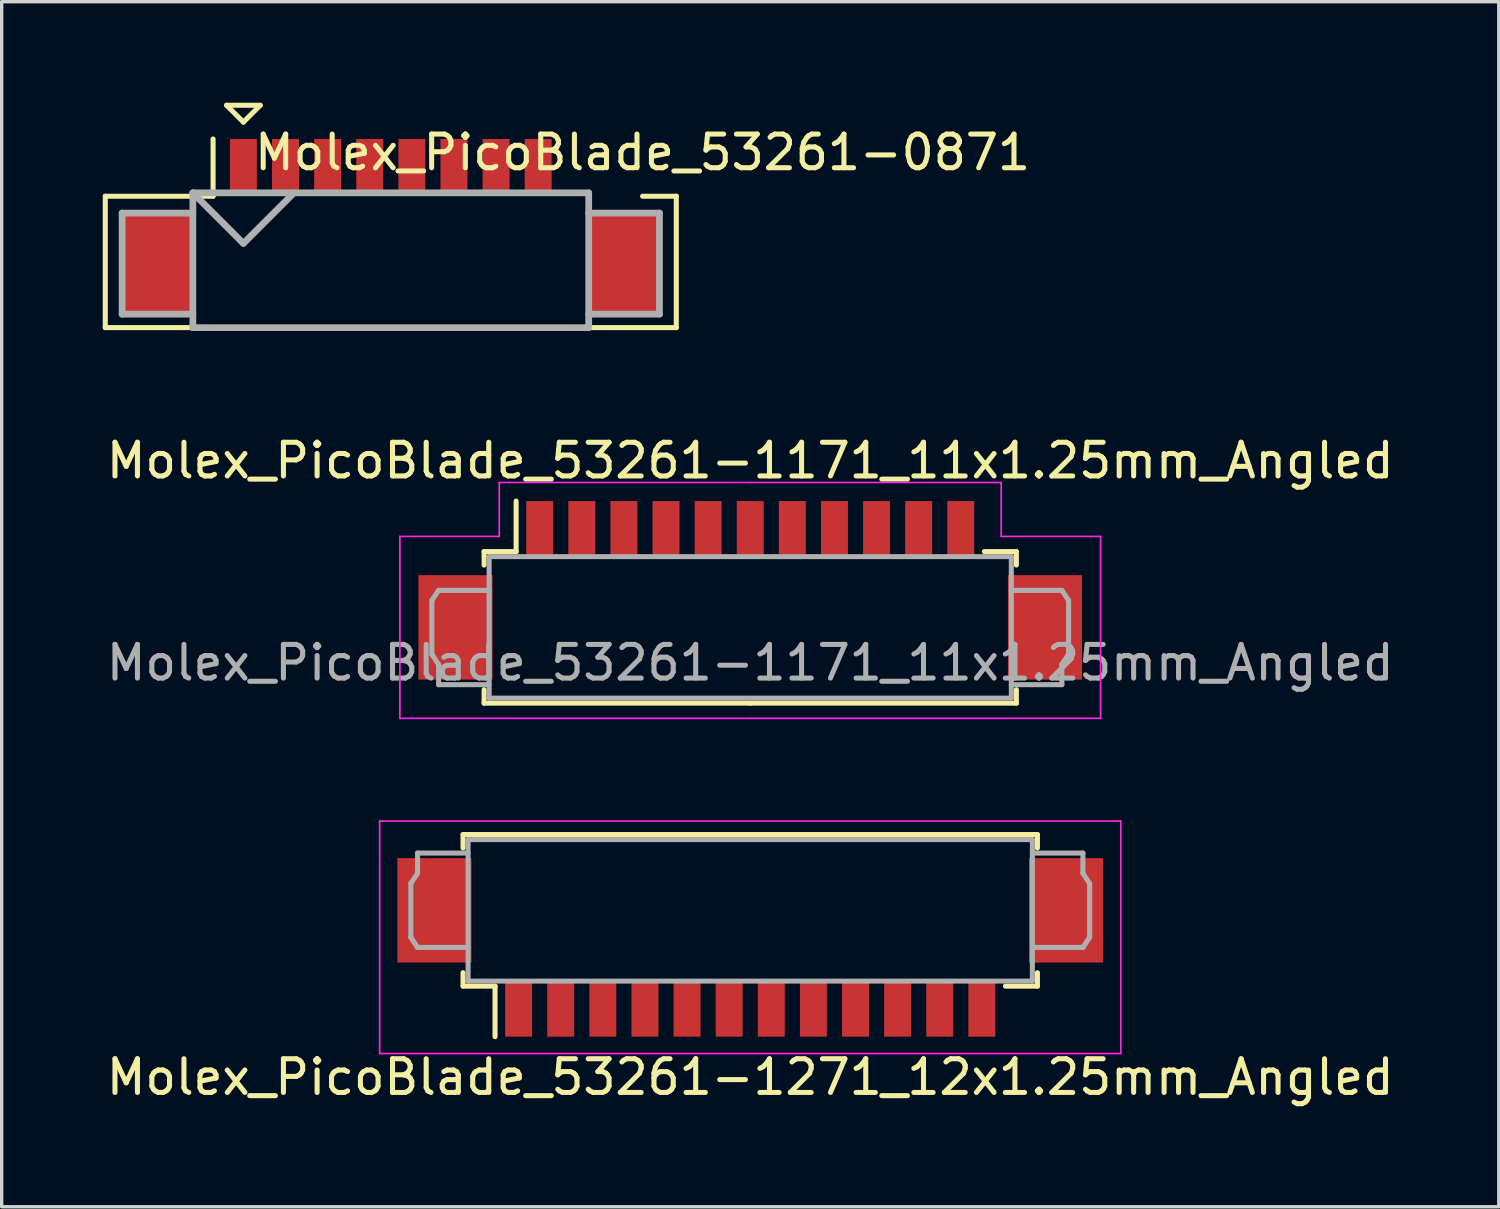
<source format=kicad_pcb>
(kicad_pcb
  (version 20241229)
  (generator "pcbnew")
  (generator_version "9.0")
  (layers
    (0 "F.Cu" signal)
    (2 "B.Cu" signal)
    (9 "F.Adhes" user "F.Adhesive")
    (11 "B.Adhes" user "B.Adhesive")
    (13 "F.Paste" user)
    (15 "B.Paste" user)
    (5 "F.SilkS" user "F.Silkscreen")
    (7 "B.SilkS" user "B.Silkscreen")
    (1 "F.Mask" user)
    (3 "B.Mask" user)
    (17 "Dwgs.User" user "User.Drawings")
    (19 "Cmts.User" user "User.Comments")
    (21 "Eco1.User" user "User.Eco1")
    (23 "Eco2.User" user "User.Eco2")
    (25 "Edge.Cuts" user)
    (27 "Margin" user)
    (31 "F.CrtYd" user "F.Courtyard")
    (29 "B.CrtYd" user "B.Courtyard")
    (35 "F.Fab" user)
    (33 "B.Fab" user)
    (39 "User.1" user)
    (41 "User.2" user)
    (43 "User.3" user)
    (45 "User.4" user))
  (footprint "Molex_PicoBlade_53261-1171_11x1.25mm_Angled"
    (layer "F.Cu")
    (at 19.22 14.123)
    (property "Reference" "Molex_PicoBlade_53261-1171_11x1.25mm_Angled" (at 0 -3.5 0) (layer "F.SilkS") (effects (font (size 1 1) (thickness 0.15))))
    (attr smd)
    (fp_line (start -7.9 -0.8) (end -7.9 -0.4) (stroke (width 0.15) (type solid)) (layer "F.SilkS"))
    (fp_line (start -7.9 3.3) (end -7.9 3.7) (stroke (width 0.15) (type solid)) (layer "F.SilkS"))
    (fp_line (start -7.9 3.7) (end 0 3.7) (stroke (width 0.15) (type solid)) (layer "F.SilkS"))
    (fp_line (start -6.95 -0.8) (end -7.9 -0.8) (stroke (width 0.15) (type solid)) (layer "F.SilkS"))
    (fp_line (start -6.95 -0.8) (end -6.95 -2.3) (stroke (width 0.15) (type solid)) (layer "F.SilkS"))
    (fp_line (start 6.95 -0.8) (end 7.9 -0.8) (stroke (width 0.15) (type solid)) (layer "F.SilkS"))
    (fp_line (start 7.9 -0.8) (end 7.9 -0.4) (stroke (width 0.15) (type solid)) (layer "F.SilkS"))
    (fp_line (start 7.9 3.3) (end 7.9 3.7) (stroke (width 0.15) (type solid)) (layer "F.SilkS"))
    (fp_line (start 7.9 3.7) (end 0 3.7) (stroke (width 0.15) (type solid)) (layer "F.SilkS"))
    (fp_line (start -10.4 -1.25) (end -10.4 4.15) (stroke (width 0.05) (type solid)) (layer "F.CrtYd"))
    (fp_line (start -10.4 4.15) (end 0 4.15) (stroke (width 0.05) (type solid)) (layer "F.CrtYd"))
    (fp_line (start -7.45 -2.85) (end -7.45 -1.25) (stroke (width 0.05) (type solid)) (layer "F.CrtYd"))
    (fp_line (start -7.45 -1.25) (end -10.4 -1.25) (stroke (width 0.05) (type solid)) (layer "F.CrtYd"))
    (fp_line (start 0 -2.85) (end -7.45 -2.85) (stroke (width 0.05) (type solid)) (layer "F.CrtYd"))
    (fp_line (start 0 -2.85) (end 7.45 -2.85) (stroke (width 0.05) (type solid)) (layer "F.CrtYd"))
    (fp_line (start 7.45 -2.85) (end 7.45 -1.25) (stroke (width 0.05) (type solid)) (layer "F.CrtYd"))
    (fp_line (start 7.45 -1.25) (end 10.4 -1.25) (stroke (width 0.05) (type solid)) (layer "F.CrtYd"))
    (fp_line (start 10.4 -1.25) (end 10.4 4.15) (stroke (width 0.05) (type solid)) (layer "F.CrtYd"))
    (fp_line (start 10.4 4.15) (end 0 4.15) (stroke (width 0.05) (type solid)) (layer "F.CrtYd"))
    (fp_line (start -9.45 0.65) (end -9.45 2.25) (stroke (width 0.15) (type solid)) (layer "F.Fab"))
    (fp_line (start -9.45 2.25) (end -9.25 2.55) (stroke (width 0.15) (type solid)) (layer "F.Fab"))
    (fp_line (start -9.25 0.35) (end -9.45 0.65) (stroke (width 0.15) (type solid)) (layer "F.Fab"))
    (fp_line (start -9.25 2.55) (end -9.25 3.15) (stroke (width 0.15) (type solid)) (layer "F.Fab"))
    (fp_line (start -9.25 3.15) (end -7.75 3.15) (stroke (width 0.15) (type solid)) (layer "F.Fab"))
    (fp_line (start -7.75 -0.65) (end 7.75 -0.65) (stroke (width 0.15) (type solid)) (layer "F.Fab"))
    (fp_line (start -7.75 0.35) (end -9.25 0.35) (stroke (width 0.15) (type solid)) (layer "F.Fab"))
    (fp_line (start -7.75 3.55) (end -7.75 -0.65) (stroke (width 0.15) (type solid)) (layer "F.Fab"))
    (fp_line (start 7.75 -0.65) (end 7.75 3.55) (stroke (width 0.15) (type solid)) (layer "F.Fab"))
    (fp_line (start 7.75 0.35) (end 9.25 0.35) (stroke (width 0.15) (type solid)) (layer "F.Fab"))
    (fp_line (start 7.75 3.55) (end -7.75 3.55) (stroke (width 0.15) (type solid)) (layer "F.Fab"))
    (fp_line (start 9.25 0.35) (end 9.45 0.65) (stroke (width 0.15) (type solid)) (layer "F.Fab"))
    (fp_line (start 9.25 2.55) (end 9.25 3.15) (stroke (width 0.15) (type solid)) (layer "F.Fab"))
    (fp_line (start 9.25 3.15) (end 7.75 3.15) (stroke (width 0.15) (type solid)) (layer "F.Fab"))
    (fp_line (start 9.45 0.65) (end 9.45 2.25) (stroke (width 0.15) (type solid)) (layer "F.Fab"))
    (fp_line (start 9.45 2.25) (end 9.25 2.55) (stroke (width 0.15) (type solid)) (layer "F.Fab"))
    (fp_text user "${REFERENCE}" (at 0 2.5 0) (layer "F.Fab") (effects (font (size 1 1) (thickness 0.15))))
    (pad "" smd rect (at -8.75 1.45) (size 2.2 3.1) (layers "F.Cu" "F.Mask" "F.Paste"))
    (pad "" smd rect (at 8.75 1.45) (size 2.2 3.1) (layers "F.Cu" "F.Mask" "F.Paste"))
    (pad "1" smd rect (at -6.25 -1.45) (size 0.8 1.7) (layers "F.Cu" "F.Mask" "F.Paste"))
    (pad "2" smd rect (at -5 -1.45) (size 0.8 1.7) (layers "F.Cu" "F.Mask" "F.Paste"))
    (pad "3" smd rect (at -3.75 -1.45) (size 0.8 1.7) (layers "F.Cu" "F.Mask" "F.Paste"))
    (pad "4" smd rect (at -2.5 -1.45) (size 0.8 1.7) (layers "F.Cu" "F.Mask" "F.Paste"))
    (pad "5" smd rect (at -1.25 -1.45) (size 0.8 1.7) (layers "F.Cu" "F.Mask" "F.Paste"))
    (pad "6" smd rect (at 0 -1.45) (size 0.8 1.7) (layers "F.Cu" "F.Mask" "F.Paste"))
    (pad "7" smd rect (at 1.25 -1.45) (size 0.8 1.7) (layers "F.Cu" "F.Mask" "F.Paste"))
    (pad "8" smd rect (at 2.5 -1.45) (size 0.8 1.7) (layers "F.Cu" "F.Mask" "F.Paste"))
    (pad "9" smd rect (at 3.75 -1.45) (size 0.8 1.7) (layers "F.Cu" "F.Mask" "F.Paste"))
    (pad "10" smd rect (at 5 -1.45) (size 0.8 1.7) (layers "F.Cu" "F.Mask" "F.Paste"))
    (pad "11" smd rect (at 6.25 -1.45) (size 0.8 1.7) (layers "F.Cu" "F.Mask" "F.Paste")))
  (footprint "Molex_PicoBlade_53261-0871"
    (layer "F.Cu")
    (at 8.55 4.775)
    (property "Reference" "Molex_PicoBlade_53261-0871" (at 7.475 -3.3 0) (layer "F.SilkS") (effects (font (size 1 1) (thickness 0.15))))
    (attr through_hole)
    (fp_line (start -8.475 -2) (end -8.475 1.9) (stroke (width 0.15) (type solid)) (layer "F.SilkS"))
    (fp_line (start -8.475 1.9) (end 8.475 1.9) (stroke (width 0.15) (type solid)) (layer "F.SilkS"))
    (fp_line (start -5.275 -3.7) (end -5.275 -2) (stroke (width 0.15) (type solid)) (layer "F.SilkS"))
    (fp_line (start -5.275 -2) (end -8.475 -2) (stroke (width 0.15) (type solid)) (layer "F.SilkS"))
    (fp_line (start -4.875 -4.7) (end -3.875 -4.7) (stroke (width 0.15) (type solid)) (layer "F.SilkS"))
    (fp_line (start -4.375 -4.2) (end -4.875 -4.7) (stroke (width 0.15) (type solid)) (layer "F.SilkS"))
    (fp_line (start -3.875 -4.7) (end -4.375 -4.2) (stroke (width 0.15) (type solid)) (layer "F.SilkS"))
    (fp_line (start 8.475 -2) (end 7.475 -2) (stroke (width 0.15) (type solid)) (layer "F.SilkS"))
    (fp_line (start 8.475 1.9) (end 8.475 -2) (stroke (width 0.15) (type solid)) (layer "F.SilkS"))
    (fp_line (start -7.975 -1.5) (end -7.975 1.5) (stroke (width 0.2) (type solid)) (layer "F.Fab"))
    (fp_line (start -7.975 1.5) (end -5.875 1.5) (stroke (width 0.2) (type solid)) (layer "F.Fab"))
    (fp_line (start -5.875 -2.1) (end -5.875 1.9) (stroke (width 0.2) (type solid)) (layer "F.Fab"))
    (fp_line (start -5.875 -2.1) (end -4.375 -0.6) (stroke (width 0.2) (type solid)) (layer "F.Fab"))
    (fp_line (start -5.875 -1.5) (end -7.975 -1.5) (stroke (width 0.2) (type solid)) (layer "F.Fab"))
    (fp_line (start -5.875 1.9) (end 5.875 1.9) (stroke (width 0.2) (type solid)) (layer "F.Fab"))
    (fp_line (start -4.375 -0.6) (end -2.875 -2.1) (stroke (width 0.2) (type solid)) (layer "F.Fab"))
    (fp_line (start 5.875 -2.1) (end -5.875 -2.1) (stroke (width 0.2) (type solid)) (layer "F.Fab"))
    (fp_line (start 5.875 -1.5) (end 7.975 -1.5) (stroke (width 0.2) (type solid)) (layer "F.Fab"))
    (fp_line (start 5.875 1.9) (end 5.875 -2.1) (stroke (width 0.2) (type solid)) (layer "F.Fab"))
    (fp_line (start 7.975 -1.5) (end 7.975 1.5) (stroke (width 0.2) (type solid)) (layer "F.Fab"))
    (fp_line (start 7.975 1.5) (end 5.875 1.5) (stroke (width 0.2) (type solid)) (layer "F.Fab"))
    (pad "" smd rect (at -6.925 0) (size 2.1 3) (layers "F.Cu" "F.Mask" "F.Paste"))
    (pad "" smd rect (at 6.925 0) (size 2.1 3) (layers "F.Cu" "F.Mask" "F.Paste"))
    (pad "1" smd rect (at -4.375 -2.9) (size 0.8 1.6) (layers "F.Cu" "F.Mask" "F.Paste"))
    (pad "2" smd rect (at -3.125 -2.9) (size 0.8 1.6) (layers "F.Cu" "F.Mask" "F.Paste"))
    (pad "3" smd rect (at -1.875 -2.9) (size 0.8 1.6) (layers "F.Cu" "F.Mask" "F.Paste"))
    (pad "4" smd rect (at -0.625 -2.9) (size 0.8 1.6) (layers "F.Cu" "F.Mask" "F.Paste"))
    (pad "5" smd rect (at 0.625 -2.9) (size 0.8 1.6) (layers "F.Cu" "F.Mask" "F.Paste"))
    (pad "6" smd rect (at 1.875 -2.9) (size 0.8 1.6) (layers "F.Cu" "F.Mask" "F.Paste"))
    (pad "7" smd rect (at 3.125 -2.9) (size 0.8 1.6) (layers "F.Cu" "F.Mask" "F.Paste"))
    (pad "8" smd rect (at 4.375 -2.9) (size 0.8 1.6) (layers "F.Cu" "F.Mask" "F.Paste")))
  (footprint "Molex_PicoBlade_53261-1271_12x1.25mm_Angled"
    (layer "F.Cu")
    (at 19.22 25.423)
    (property "Reference" "Molex_PicoBlade_53261-1271_12x1.25mm_Angled" (at 0 3.5 0) (layer "F.SilkS") (effects (font (size 1 1) (thickness 0.15))))
    (attr smd)
    (fp_line (start -8.525 -3.7) (end 0 -3.7) (stroke (width 0.15) (type solid)) (layer "F.SilkS"))
    (fp_line (start -8.525 -3.3) (end -8.525 -3.7) (stroke (width 0.15) (type solid)) (layer "F.SilkS"))
    (fp_line (start -8.525 0.8) (end -8.525 0.4) (stroke (width 0.15) (type solid)) (layer "F.SilkS"))
    (fp_line (start -7.575 0.8) (end -8.525 0.8) (stroke (width 0.15) (type solid)) (layer "F.SilkS"))
    (fp_line (start -7.575 0.8) (end -7.575 2.3) (stroke (width 0.15) (type solid)) (layer "F.SilkS"))
    (fp_line (start 7.575 0.8) (end 8.525 0.8) (stroke (width 0.15) (type solid)) (layer "F.SilkS"))
    (fp_line (start 8.525 -3.7) (end 0 -3.7) (stroke (width 0.15) (type solid)) (layer "F.SilkS"))
    (fp_line (start 8.525 -3.3) (end 8.525 -3.7) (stroke (width 0.15) (type solid)) (layer "F.SilkS"))
    (fp_line (start 8.525 0.8) (end 8.525 0.4) (stroke (width 0.15) (type solid)) (layer "F.SilkS"))
    (fp_line (start -11 -4.1) (end -11 2.8) (stroke (width 0.05) (type solid)) (layer "F.CrtYd"))
    (fp_line (start -11 2.8) (end 11 2.8) (stroke (width 0.05) (type solid)) (layer "F.CrtYd"))
    (fp_line (start 11 -4.1) (end -11 -4.1) (stroke (width 0.05) (type solid)) (layer "F.CrtYd"))
    (fp_line (start 11 2.8) (end 11 -4.1) (stroke (width 0.05) (type solid)) (layer "F.CrtYd"))
    (fp_line (start -10.075 -2.25) (end -9.875 -2.55) (stroke (width 0.15) (type solid)) (layer "F.Fab"))
    (fp_line (start -10.075 -0.65) (end -10.075 -2.25) (stroke (width 0.15) (type solid)) (layer "F.Fab"))
    (fp_line (start -9.875 -3.15) (end -8.375 -3.15) (stroke (width 0.15) (type solid)) (layer "F.Fab"))
    (fp_line (start -9.875 -2.55) (end -9.875 -3.15) (stroke (width 0.15) (type solid)) (layer "F.Fab"))
    (fp_line (start -9.875 -0.35) (end -10.075 -0.65) (stroke (width 0.15) (type solid)) (layer "F.Fab"))
    (fp_line (start -8.375 -3.55) (end -8.375 0.65) (stroke (width 0.15) (type solid)) (layer "F.Fab"))
    (fp_line (start -8.375 -0.35) (end -9.875 -0.35) (stroke (width 0.15) (type solid)) (layer "F.Fab"))
    (fp_line (start -8.375 0.65) (end 8.375 0.65) (stroke (width 0.15) (type solid)) (layer "F.Fab"))
    (fp_line (start 8.375 -3.55) (end -8.375 -3.55) (stroke (width 0.15) (type solid)) (layer "F.Fab"))
    (fp_line (start 8.375 -0.35) (end 9.875 -0.35) (stroke (width 0.15) (type solid)) (layer "F.Fab"))
    (fp_line (start 8.375 0.65) (end 8.375 -3.55) (stroke (width 0.15) (type solid)) (layer "F.Fab"))
    (fp_line (start 9.875 -3.15) (end 8.375 -3.15) (stroke (width 0.15) (type solid)) (layer "F.Fab"))
    (fp_line (start 9.875 -2.55) (end 9.875 -3.15) (stroke (width 0.15) (type solid)) (layer "F.Fab"))
    (fp_line (start 9.875 -0.35) (end 10.075 -0.65) (stroke (width 0.15) (type solid)) (layer "F.Fab"))
    (fp_line (start 10.075 -2.25) (end 9.875 -2.55) (stroke (width 0.15) (type solid)) (layer "F.Fab"))
    (fp_line (start 10.075 -0.65) (end 10.075 -2.25) (stroke (width 0.15) (type solid)) (layer "F.Fab"))
    (pad "" smd rect (at -9.375 -1.45) (size 2.2 3.1) (layers "F.Cu" "F.Mask" "F.Paste"))
    (pad "" smd rect (at 9.375 -1.45) (size 2.2 3.1) (layers "F.Cu" "F.Mask" "F.Paste"))
    (pad "1" smd rect (at -6.875 1.45) (size 0.8 1.7) (layers "F.Cu" "F.Mask" "F.Paste"))
    (pad "2" smd rect (at -5.625 1.45) (size 0.8 1.7) (layers "F.Cu" "F.Mask" "F.Paste"))
    (pad "3" smd rect (at -4.375 1.45) (size 0.8 1.7) (layers "F.Cu" "F.Mask" "F.Paste"))
    (pad "4" smd rect (at -3.125 1.45) (size 0.8 1.7) (layers "F.Cu" "F.Mask" "F.Paste"))
    (pad "5" smd rect (at -1.875 1.45) (size 0.8 1.7) (layers "F.Cu" "F.Mask" "F.Paste"))
    (pad "6" smd rect (at -0.625 1.45) (size 0.8 1.7) (layers "F.Cu" "F.Mask" "F.Paste"))
    (pad "7" smd rect (at 0.625 1.45) (size 0.8 1.7) (layers "F.Cu" "F.Mask" "F.Paste"))
    (pad "8" smd rect (at 1.875 1.45) (size 0.8 1.7) (layers "F.Cu" "F.Mask" "F.Paste"))
    (pad "9" smd rect (at 3.125 1.45) (size 0.8 1.7) (layers "F.Cu" "F.Mask" "F.Paste"))
    (pad "10" smd rect (at 4.375 1.45) (size 0.8 1.7) (layers "F.Cu" "F.Mask" "F.Paste"))
    (pad "11" smd rect (at 5.625 1.45) (size 0.8 1.7) (layers "F.Cu" "F.Mask" "F.Paste"))
    (pad "12" smd rect (at 6.875 1.45) (size 0.8 1.7) (layers "F.Cu" "F.Mask" "F.Paste")))
  (gr_rect
    (start -3 -3)
    (end 41.44 32.772)
    (stroke (width 0.1) (type default))
    (fill no)
    (layer "Edge.Cuts")))
</source>
